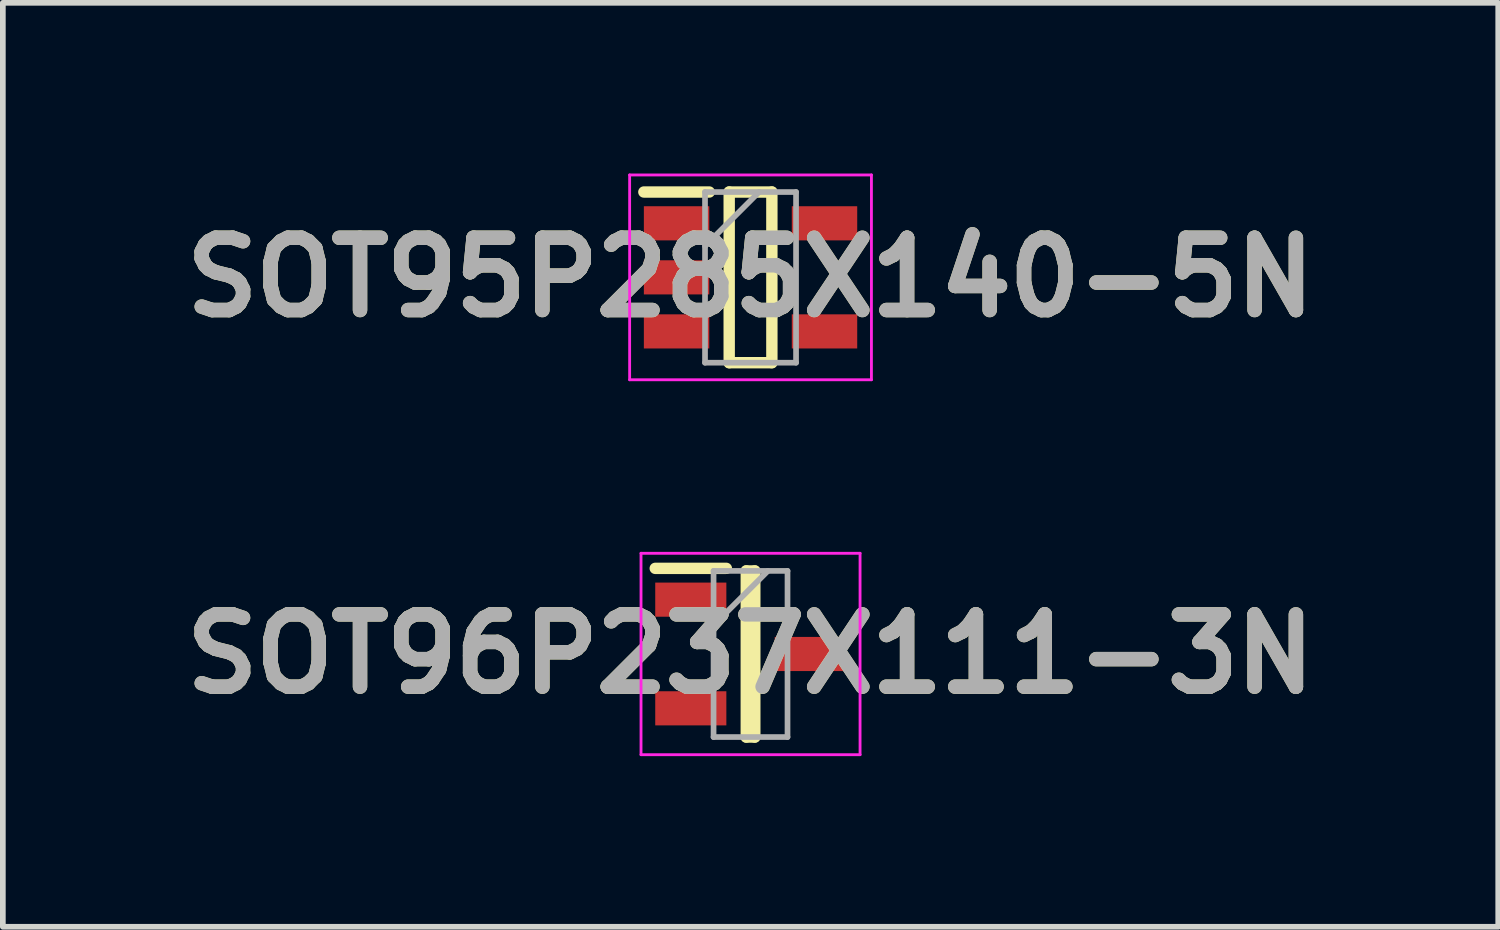
<source format=kicad_pcb>
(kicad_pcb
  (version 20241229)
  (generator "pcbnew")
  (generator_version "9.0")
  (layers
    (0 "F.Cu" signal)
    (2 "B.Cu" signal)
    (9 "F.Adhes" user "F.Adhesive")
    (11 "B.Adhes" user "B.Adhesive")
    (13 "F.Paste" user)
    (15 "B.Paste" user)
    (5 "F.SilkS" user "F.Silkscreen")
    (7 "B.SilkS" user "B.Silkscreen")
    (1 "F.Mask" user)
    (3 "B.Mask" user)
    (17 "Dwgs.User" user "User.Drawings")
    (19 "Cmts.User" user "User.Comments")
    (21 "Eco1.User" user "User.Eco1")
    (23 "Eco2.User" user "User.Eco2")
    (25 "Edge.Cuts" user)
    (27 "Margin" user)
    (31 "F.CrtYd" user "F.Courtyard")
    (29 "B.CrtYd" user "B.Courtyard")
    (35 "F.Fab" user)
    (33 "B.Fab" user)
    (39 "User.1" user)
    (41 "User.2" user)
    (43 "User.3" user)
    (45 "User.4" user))
  (footprint "SOT96P237X111-3N"
    (layer "F.Cu")
    (at 10.142 8.445)
    (property "Reference" "SOT96P237X111-3N" (at 0 0 0) (layer "F.SilkS") (effects (font (size 1.27 1.27) (thickness 0.254))))
    (attr smd)
    (fp_line (start -1.675 -1.505) (end -0.425 -1.505) (stroke (width 0.2) (type solid)) (layer "F.SilkS"))
    (fp_line (start -0.075 -1.46) (end 0.075 -1.46) (stroke (width 0.2) (type solid)) (layer "F.SilkS"))
    (fp_line (start -0.075 1.46) (end -0.075 -1.46) (stroke (width 0.2) (type solid)) (layer "F.SilkS"))
    (fp_line (start 0.075 -1.46) (end 0.075 1.46) (stroke (width 0.2) (type solid)) (layer "F.SilkS"))
    (fp_line (start 0.075 1.46) (end -0.075 1.46) (stroke (width 0.2) (type solid)) (layer "F.SilkS"))
    (fp_line (start -1.925 -1.77) (end 1.925 -1.77) (stroke (width 0.05) (type solid)) (layer "F.CrtYd"))
    (fp_line (start -1.925 1.77) (end -1.925 -1.77) (stroke (width 0.05) (type solid)) (layer "F.CrtYd"))
    (fp_line (start 1.925 -1.77) (end 1.925 1.77) (stroke (width 0.05) (type solid)) (layer "F.CrtYd"))
    (fp_line (start 1.925 1.77) (end -1.925 1.77) (stroke (width 0.05) (type solid)) (layer "F.CrtYd"))
    (fp_line (start -0.65 -1.46) (end 0.65 -1.46) (stroke (width 0.1) (type solid)) (layer "F.Fab"))
    (fp_line (start -0.65 -0.505) (end 0.305 -1.46) (stroke (width 0.1) (type solid)) (layer "F.Fab"))
    (fp_line (start -0.65 1.46) (end -0.65 -1.46) (stroke (width 0.1) (type solid)) (layer "F.Fab"))
    (fp_line (start 0.65 -1.46) (end 0.65 1.46) (stroke (width 0.1) (type solid)) (layer "F.Fab"))
    (fp_line (start 0.65 1.46) (end -0.65 1.46) (stroke (width 0.1) (type solid)) (layer "F.Fab"))
    (fp_text user "${REFERENCE}" (at 0 0 0) (layer "F.Fab") (effects (font (size 1.27 1.27) (thickness 0.254))))
    (pad "1" smd rect (at -1.05 -0.955 90) (size 0.6 1.25) (layers "F.Cu" "F.Mask" "F.Paste"))
    (pad "2" smd rect (at -1.05 0.955 90) (size 0.6 1.25) (layers "F.Cu" "F.Mask" "F.Paste"))
    (pad "3" smd rect (at 1.05 0 90) (size 0.6 1.25) (layers "F.Cu" "F.Mask" "F.Paste")))
  (footprint "SOT95P285X140-5N"
    (layer "F.Cu")
    (at 10.142 1.825)
    (property "Reference" "SOT95P285X140-5N" (at 0 0 0) (layer "F.SilkS") (effects (font (size 1.27 1.27) (thickness 0.254))))
    (attr smd)
    (fp_line (start -1.875 -1.5) (end -0.725 -1.5) (stroke (width 0.2) (type solid)) (layer "F.SilkS"))
    (fp_line (start -0.375 -1.5) (end 0.375 -1.5) (stroke (width 0.2) (type solid)) (layer "F.SilkS"))
    (fp_line (start -0.375 1.5) (end -0.375 -1.5) (stroke (width 0.2) (type solid)) (layer "F.SilkS"))
    (fp_line (start 0.375 -1.5) (end 0.375 1.5) (stroke (width 0.2) (type solid)) (layer "F.SilkS"))
    (fp_line (start 0.375 1.5) (end -0.375 1.5) (stroke (width 0.2) (type solid)) (layer "F.SilkS"))
    (fp_line (start -2.125 -1.8) (end 2.125 -1.8) (stroke (width 0.05) (type solid)) (layer "F.CrtYd"))
    (fp_line (start -2.125 1.8) (end -2.125 -1.8) (stroke (width 0.05) (type solid)) (layer "F.CrtYd"))
    (fp_line (start 2.125 -1.8) (end 2.125 1.8) (stroke (width 0.05) (type solid)) (layer "F.CrtYd"))
    (fp_line (start 2.125 1.8) (end -2.125 1.8) (stroke (width 0.05) (type solid)) (layer "F.CrtYd"))
    (fp_line (start -0.8 -1.5) (end 0.8 -1.5) (stroke (width 0.1) (type solid)) (layer "F.Fab"))
    (fp_line (start -0.8 -0.55) (end 0.15 -1.5) (stroke (width 0.1) (type solid)) (layer "F.Fab"))
    (fp_line (start -0.8 1.5) (end -0.8 -1.5) (stroke (width 0.1) (type solid)) (layer "F.Fab"))
    (fp_line (start 0.8 -1.5) (end 0.8 1.5) (stroke (width 0.1) (type solid)) (layer "F.Fab"))
    (fp_line (start 0.8 1.5) (end -0.8 1.5) (stroke (width 0.1) (type solid)) (layer "F.Fab"))
    (fp_text user "${REFERENCE}" (at 0 0 0) (layer "F.Fab") (effects (font (size 1.27 1.27) (thickness 0.254))))
    (pad "1" smd rect (at -1.3 -0.95 90) (size 0.6 1.15) (layers "F.Cu" "F.Mask" "F.Paste"))
    (pad "2" smd rect (at -1.3 0 90) (size 0.6 1.15) (layers "F.Cu" "F.Mask" "F.Paste"))
    (pad "3" smd rect (at -1.3 0.95 90) (size 0.6 1.15) (layers "F.Cu" "F.Mask" "F.Paste"))
    (pad "4" smd rect (at 1.3 0.95 90) (size 0.6 1.15) (layers "F.Cu" "F.Mask" "F.Paste"))
    (pad "5" smd rect (at 1.3 -0.95 90) (size 0.6 1.15) (layers "F.Cu" "F.Mask" "F.Paste")))
  (gr_rect
    (start -3 -3)
    (end 23.284 13.24)
    (stroke (width 0.1) (type default))
    (fill no)
    (layer "Edge.Cuts")))
</source>
